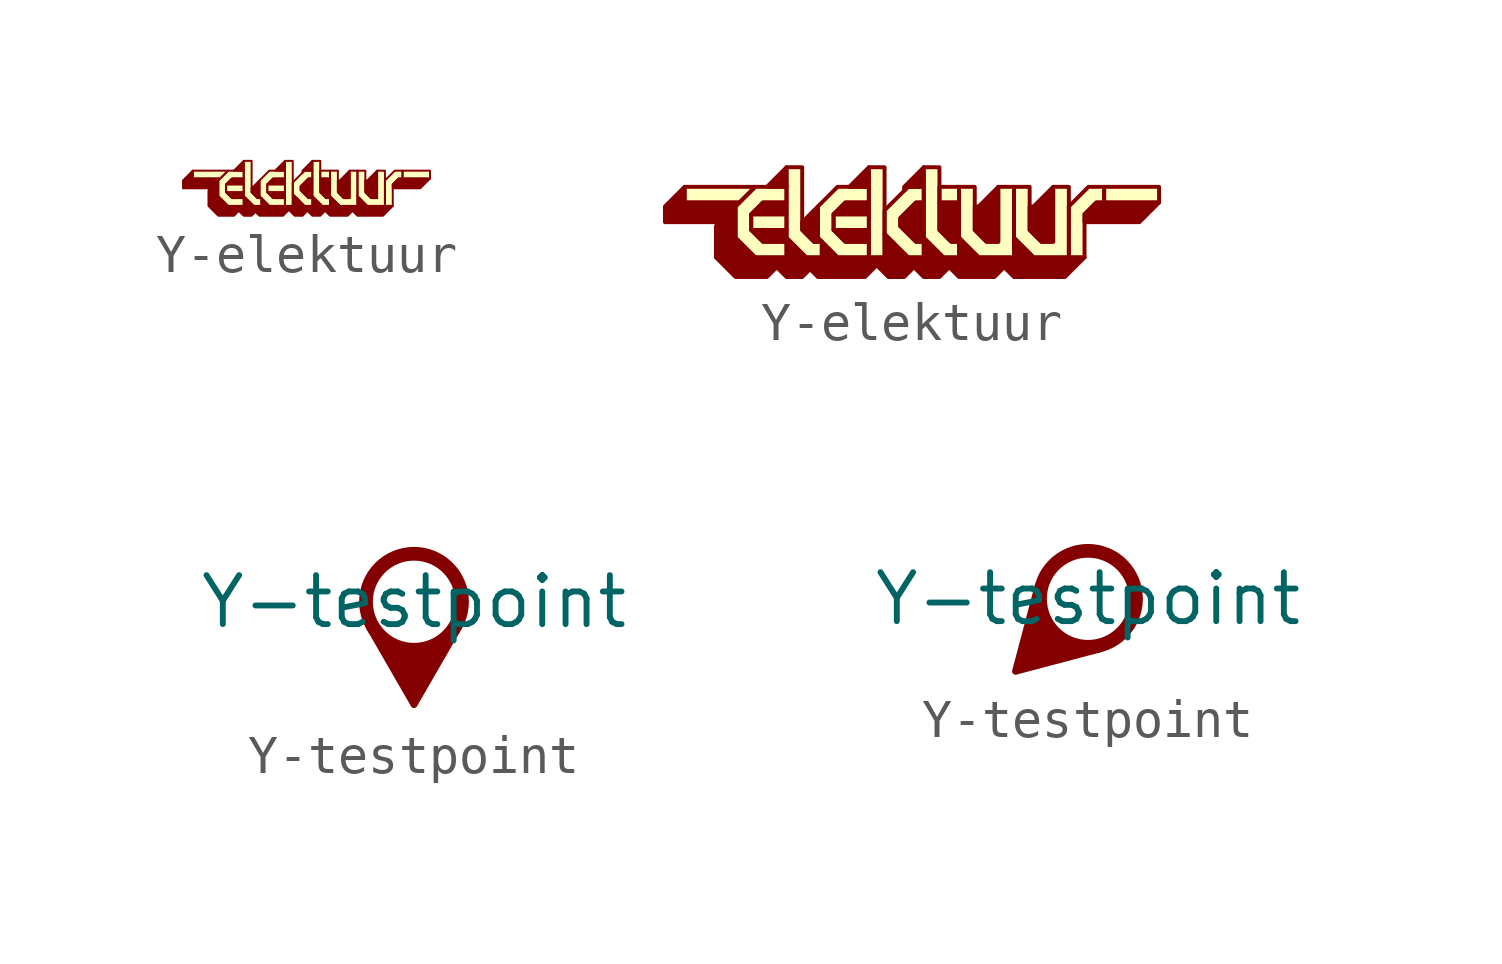
<source format=kicad_sym>
(kicad_symbol_lib
  (version 20220914)
  (generator kicad_symbol_editor)
  (symbol "Y-elektuur"
    (pin_numbers hide)
    (pin_names
      (offset 0) hide)
    (property "Reference" "#SYM"
      (at 0 0 0)
      (effects (font (size 0 0)) hide))
    (symbol "Y-elektuur_1_1"
      (polyline (pts (xy -1.626 0.584) (xy -1.88 0.33) (xy -1.626 0.33) (xy -1.626 0.584)) (stroke (width 0.051) (type default)) (fill (type outline)))
      (polyline (pts (xy -0.559 0.584) (xy -0.813 0.33) (xy -0.559 0.33) (xy -0.559 0.584)) (stroke (width 0.051) (type default)) (fill (type outline)))
      (polyline (pts (xy -2.946 0.127) (xy -2.946 0.33) (xy -2.032 0.33) (xy -2.235 0.127) (xy -2.946 0.127)) (stroke (width 0.051) (type default)) (fill (type background)))
      (polyline (pts (xy -1.626 -0.229) (xy -2.083 -0.229) (xy -2.083 -0.025) (xy -1.626 -0.025) (xy -1.626 -0.229)) (stroke (width 0.051) (type default)) (fill (type background)))
      (polyline (pts (xy -1.626 -0.025) (xy -1.626 0.127) (xy -1.93 0.127) (xy -2.083 -0.025) (xy -1.626 -0.025)) (stroke (width 0.051) (type default)) (fill (type outline)))
      (polyline (pts (xy -0.559 -0.381) (xy -0.559 -0.229) (xy -1.016 -0.229) (xy -0.864 -0.381) (xy -0.559 -0.381)) (stroke (width 0.051) (type default)) (fill (type outline)))
      (polyline (pts (xy -0.559 -0.229) (xy -1.016 -0.229) (xy -1.016 -0.025) (xy -0.559 -0.025) (xy -0.559 -0.229)) (stroke (width 0.051) (type default)) (fill (type background)))
      (polyline (pts (xy -0.559 -0.025) (xy -0.559 0.127) (xy -0.864 0.127) (xy -1.016 -0.025) (xy -0.559 -0.025)) (stroke (width 0.051) (type default)) (fill (type outline)))
      (polyline (pts (xy -0.356 -0.584) (xy -0.559 -0.584) (xy -0.559 0.584) (xy -0.356 0.584) (xy -0.356 -0.584)) (stroke (width 0.051) (type default)) (fill (type background)))
      (polyline (pts (xy 0.61 0.127) (xy 0.356 0.127) (xy 0.356 0.33) (xy 0.61 0.33) (xy 0.61 0.127)) (stroke (width 0.051) (type default)) (fill (type background)))
      (polyline (pts (xy 3.2 0.127) (xy 2.489 0.127) (xy 2.489 0.33) (xy 3.2 0.33) (xy 3.2 0.127)) (stroke (width 0.051) (type default)) (fill (type background)))
      (polyline (pts (xy 0.152 0.584) (xy -0.102 0.33) (xy -0.102 0.279) (xy -0.051 0.33) (xy 0.152 0.33) (xy 0.152 0.584)) (stroke (width 0.051) (type default)) (fill (type outline)))
      (polyline (pts (xy 2.235 -0.127) (xy 2.946 -0.127) (xy 3.2 0.127) (xy 2.388 0.127) (xy 2.235 -0.025) (xy 2.235 -0.127)) (stroke (width 0.051) (type default)) (fill (type outline)))
      (polyline (pts (xy -1.219 0.076) (xy -1.422 -0.127) (xy -1.422 -0.229) (xy -1.27 -0.381) (xy -1.168 -0.381) (xy -1.219 -0.33) (xy -1.219 0.076)) (stroke (width 0.051) (type default)) (fill (type outline)))
      (polyline (pts (xy 1.118 0.33) (xy 0.864 0.076) (xy 0.813 0.076) (xy 0.813 -0.229) (xy 0.965 -0.381) (xy 1.118 -0.381) (xy 1.118 0.33)) (stroke (width 0.051) (type default)) (fill (type outline)))
      (polyline (pts (xy 1.829 0.33) (xy 1.575 0.076) (xy 1.524 0.076) (xy 1.524 -0.229) (xy 1.676 -0.381) (xy 1.829 -0.381) (xy 1.829 0.33)) (stroke (width 0.051) (type default)) (fill (type outline)))
      (polyline (pts (xy -1.168 -0.584) (xy -1.372 -0.584) (xy -1.626 -0.33) (xy -1.626 0.584) (xy -1.422 0.584) (xy -1.422 -0.229) (xy -1.27 -0.381) (xy -1.168 -0.381) (xy -1.168 -0.584)) (stroke (width 0.051) (type default)) (fill (type background)))
      (polyline (pts (xy 0.61 -0.584) (xy 0.406 -0.584) (xy 0.152 -0.33) (xy 0.152 0.584) (xy 0.356 0.584) (xy 0.356 -0.229) (xy 0.508 -0.381) (xy 0.61 -0.381) (xy 0.61 -0.584)) (stroke (width 0.051) (type default)) (fill (type background)))
      (polyline (pts (xy 2.235 -0.584) (xy 2.032 -0.584) (xy 2.032 0.076) (xy 2.286 0.33) (xy 2.489 0.33) (xy 2.489 0.127) (xy 2.388 0.127) (xy 2.235 -0.025) (xy 2.235 -0.584)) (stroke (width 0.051) (type default)) (fill (type background)))
      (polyline (pts (xy 1.321 -0.584) (xy 0.864 -0.584) (xy 0.61 -0.33) (xy 0.61 0.33) (xy 0.813 0.33) (xy 0.813 -0.229) (xy 0.965 -0.381) (xy 1.118 -0.381) (xy 1.118 0.33) (xy 1.321 0.33) (xy 1.321 -0.584)) (stroke (width 0.051) (type default)) (fill (type background)))
      (polyline (pts (xy 2.032 -0.584) (xy 1.575 -0.584) (xy 1.321 -0.33) (xy 1.321 0.33) (xy 1.524 0.33) (xy 1.524 -0.229) (xy 1.676 -0.381) (xy 1.829 -0.381) (xy 1.829 0.33) (xy 2.032 0.33) (xy 2.032 -0.584)) (stroke (width 0.051) (type default)) (fill (type background)))
      (polyline (pts (xy -1.626 -0.584) (xy -2.032 -0.584) (xy -2.286 -0.33) (xy -2.286 0.076) (xy -2.032 0.33) (xy -1.626 0.33) (xy -1.626 0.127) (xy -1.93 0.127) (xy -2.083 -0.025) (xy -2.083 -0.229) (xy -1.93 -0.381) (xy -1.626 -0.381) (xy -1.626 -0.584)) (stroke (width 0.051) (type default)) (fill (type background)))
      (polyline (pts (xy -0.559 -0.584) (xy -0.965 -0.584) (xy -1.219 -0.33) (xy -1.219 0.076) (xy -0.965 0.33) (xy -0.559 0.33) (xy -0.559 0.127) (xy -0.864 0.127) (xy -1.016 -0.025) (xy -1.016 -0.229) (xy -0.864 -0.381) (xy -0.559 -0.381) (xy -0.559 -0.584)) (stroke (width 0.051) (type default)) (fill (type background)))
      (polyline (pts (xy 0.152 -0.584) (xy -0.051 -0.584) (xy -0.356 -0.279) (xy -0.356 0.025) (xy -0.051 0.33) (xy 0.152 0.33) (xy 0.152 0.127) (xy 0.051 0.127) (xy -0.152 -0.076) (xy -0.152 -0.178) (xy 0.051 -0.381) (xy 0.152 -0.381) (xy 0.152 -0.584)) (stroke (width 0.051) (type default)) (fill (type background)))
      (polyline (pts (xy -2.946 0.33) (xy -3.2 0.076) (xy -3.2 -0.127) (xy -2.489 -0.127) (xy -2.54 -0.178) (xy -2.54 -0.584) (xy -2.286 -0.838) (xy -1.88 -0.838) (xy -1.753 -0.711) (xy -1.626 -0.838) (xy -1.422 -0.838) (xy -1.321 -0.737) (xy -1.219 -0.838) (xy -0.61 -0.838) (xy -0.457 -0.686) (xy -0.305 -0.838) (xy -0.102 -0.838) (xy 0.025 -0.711) (xy 0.152 -0.838) (xy 0.356 -0.838) (xy 0.483 -0.711) (xy 0.61 -0.838) (xy 1.067 -0.838) (xy 1.194 -0.711) (xy 1.321 -0.838) (xy 1.981 -0.838) (xy 2.235 -0.584) (xy 1.575 -0.584) (xy 1.321 -0.33) (xy 1.321 -0.584) (xy 0.864 -0.584) (xy 0.61 -0.33) (xy 0.61 0.127) (xy 0.356 0.127) (xy 0.356 -0.229) (xy 0.508 -0.381) (xy 0.61 -0.381) (xy 0.61 -0.584) (xy 0.406 -0.584) (xy 0.152 -0.33) (xy 0.152 0.127) (xy 0.051 0.127) (xy -0.152 -0.076) (xy -0.152 -0.178) (xy 0.051 -0.381) (xy 0.152 -0.381) (xy 0.152 -0.584) (xy -0.051 -0.584) (xy -0.356 -0.279) (xy -0.356 -0.584) (xy -0.965 -0.584) (xy -1.168 -0.381) (xy -1.168 -0.584) (xy -1.372 -0.584) (xy -1.626 -0.33) (xy -1.626 -0.229) (xy -2.083 -0.229) (xy -1.93 -0.381) (xy -1.626 -0.381) (xy -1.626 -0.584) (xy -2.032 -0.584) (xy -2.286 -0.33) (xy -2.286 0.076) (xy -2.235 0.127) (xy -2.946 0.127) (xy -2.946 0.33)) (stroke (width 0.051) (type default)) (fill (type outline))))
    (symbol "Y-elektuur_1_2"
      (polyline (pts (xy -3.251 1.168) (xy -3.759 0.66) (xy -3.251 0.66) (xy -3.251 1.168)) (stroke (width 0.102) (type default)) (fill (type outline)))
      (polyline (pts (xy -1.118 1.168) (xy -1.626 0.66) (xy -1.118 0.66) (xy -1.118 1.168)) (stroke (width 0.102) (type default)) (fill (type outline)))
      (polyline (pts (xy -5.893 0.254) (xy -5.893 0.66) (xy -4.064 0.66) (xy -4.47 0.254) (xy -5.893 0.254)) (stroke (width 0.102) (type default)) (fill (type background)))
      (polyline (pts (xy -3.251 -0.457) (xy -4.166 -0.457) (xy -4.166 -0.051) (xy -3.251 -0.051) (xy -3.251 -0.457)) (stroke (width 0.102) (type default)) (fill (type background)))
      (polyline (pts (xy -3.251 -0.051) (xy -3.251 0.254) (xy -3.861 0.254) (xy -4.166 -0.051) (xy -3.251 -0.051)) (stroke (width 0.102) (type default)) (fill (type outline)))
      (polyline (pts (xy -1.118 -0.762) (xy -1.118 -0.457) (xy -2.032 -0.457) (xy -1.727 -0.762) (xy -1.118 -0.762)) (stroke (width 0.102) (type default)) (fill (type outline)))
      (polyline (pts (xy -1.118 -0.457) (xy -2.032 -0.457) (xy -2.032 -0.051) (xy -1.118 -0.051) (xy -1.118 -0.457)) (stroke (width 0.102) (type default)) (fill (type background)))
      (polyline (pts (xy -1.118 -0.051) (xy -1.118 0.254) (xy -1.727 0.254) (xy -2.032 -0.051) (xy -1.118 -0.051)) (stroke (width 0.102) (type default)) (fill (type outline)))
      (polyline (pts (xy -0.711 -1.168) (xy -1.118 -1.168) (xy -1.118 1.168) (xy -0.711 1.168) (xy -0.711 -1.168)) (stroke (width 0.102) (type default)) (fill (type background)))
      (polyline (pts (xy 1.219 0.254) (xy 0.711 0.254) (xy 0.711 0.66) (xy 1.219 0.66) (xy 1.219 0.254)) (stroke (width 0.102) (type default)) (fill (type background)))
      (polyline (pts (xy 6.401 0.254) (xy 4.978 0.254) (xy 4.978 0.66) (xy 6.401 0.66) (xy 6.401 0.254)) (stroke (width 0.102) (type default)) (fill (type background)))
      (polyline (pts (xy 0.305 1.168) (xy -0.203 0.66) (xy -0.203 0.559) (xy -0.102 0.66) (xy 0.305 0.66) (xy 0.305 1.168)) (stroke (width 0.102) (type default)) (fill (type outline)))
      (polyline (pts (xy 4.47 -0.254) (xy 5.893 -0.254) (xy 6.401 0.254) (xy 4.775 0.254) (xy 4.47 -0.051) (xy 4.47 -0.254)) (stroke (width 0.102) (type default)) (fill (type outline)))
      (polyline (pts (xy -2.438 0.152) (xy -2.845 -0.254) (xy -2.845 -0.457) (xy -2.54 -0.762) (xy -2.337 -0.762) (xy -2.438 -0.66) (xy -2.438 0.152)) (stroke (width 0.102) (type default)) (fill (type outline)))
      (polyline (pts (xy 2.235 0.66) (xy 1.727 0.152) (xy 1.626 0.152) (xy 1.626 -0.457) (xy 1.93 -0.762) (xy 2.235 -0.762) (xy 2.235 0.66)) (stroke (width 0.102) (type default)) (fill (type outline)))
      (polyline (pts (xy 3.658 0.66) (xy 3.15 0.152) (xy 3.048 0.152) (xy 3.048 -0.457) (xy 3.353 -0.762) (xy 3.658 -0.762) (xy 3.658 0.66)) (stroke (width 0.102) (type default)) (fill (type outline)))
      (polyline (pts (xy -2.337 -1.168) (xy -2.743 -1.168) (xy -3.251 -0.66) (xy -3.251 1.168) (xy -2.845 1.168) (xy -2.845 -0.457) (xy -2.54 -0.762) (xy -2.337 -0.762) (xy -2.337 -1.168)) (stroke (width 0.102) (type default)) (fill (type background)))
      (polyline (pts (xy 1.219 -1.168) (xy 0.813 -1.168) (xy 0.305 -0.66) (xy 0.305 1.168) (xy 0.711 1.168) (xy 0.711 -0.457) (xy 1.016 -0.762) (xy 1.219 -0.762) (xy 1.219 -1.168)) (stroke (width 0.102) (type default)) (fill (type background)))
      (polyline (pts (xy 4.47 -1.168) (xy 4.064 -1.168) (xy 4.064 0.152) (xy 4.572 0.66) (xy 4.978 0.66) (xy 4.978 0.254) (xy 4.775 0.254) (xy 4.47 -0.051) (xy 4.47 -1.168)) (stroke (width 0.102) (type default)) (fill (type background)))
      (polyline (pts (xy 2.642 -1.168) (xy 1.727 -1.168) (xy 1.219 -0.66) (xy 1.219 0.66) (xy 1.626 0.66) (xy 1.626 -0.457) (xy 1.93 -0.762) (xy 2.235 -0.762) (xy 2.235 0.66) (xy 2.642 0.66) (xy 2.642 -1.168)) (stroke (width 0.102) (type default)) (fill (type background)))
      (polyline (pts (xy 4.064 -1.168) (xy 3.15 -1.168) (xy 2.642 -0.66) (xy 2.642 0.66) (xy 3.048 0.66) (xy 3.048 -0.457) (xy 3.353 -0.762) (xy 3.658 -0.762) (xy 3.658 0.66) (xy 4.064 0.66) (xy 4.064 -1.168)) (stroke (width 0.102) (type default)) (fill (type background)))
      (polyline (pts (xy -3.251 -1.168) (xy -4.064 -1.168) (xy -4.572 -0.66) (xy -4.572 0.152) (xy -4.064 0.66) (xy -3.251 0.66) (xy -3.251 0.254) (xy -3.861 0.254) (xy -4.166 -0.051) (xy -4.166 -0.457) (xy -3.861 -0.762) (xy -3.251 -0.762) (xy -3.251 -1.168)) (stroke (width 0.102) (type default)) (fill (type background)))
      (polyline (pts (xy -1.118 -1.168) (xy -1.93 -1.168) (xy -2.438 -0.66) (xy -2.438 0.152) (xy -1.93 0.66) (xy -1.118 0.66) (xy -1.118 0.254) (xy -1.727 0.254) (xy -2.032 -0.051) (xy -2.032 -0.457) (xy -1.727 -0.762) (xy -1.118 -0.762) (xy -1.118 -1.168)) (stroke (width 0.102) (type default)) (fill (type background)))
      (polyline (pts (xy 0.305 -1.168) (xy -0.102 -1.168) (xy -0.711 -0.559) (xy -0.711 0.051) (xy -0.102 0.66) (xy 0.305 0.66) (xy 0.305 0.254) (xy 0.102 0.254) (xy -0.305 -0.152) (xy -0.305 -0.356) (xy 0.102 -0.762) (xy 0.305 -0.762) (xy 0.305 -1.168)) (stroke (width 0.102) (type default)) (fill (type background)))
      (polyline (pts (xy -5.893 0.66) (xy -6.401 0.152) (xy -6.401 -0.254) (xy -4.978 -0.254) (xy -5.08 -0.356) (xy -5.08 -1.168) (xy -4.572 -1.676) (xy -3.759 -1.676) (xy -3.505 -1.422) (xy -3.251 -1.676) (xy -2.845 -1.676) (xy -2.642 -1.473) (xy -2.438 -1.676) (xy -1.219 -1.676) (xy -0.914 -1.372) (xy -0.61 -1.676) (xy -0.203 -1.676) (xy 0.051 -1.422) (xy 0.305 -1.676) (xy 0.711 -1.676) (xy 0.965 -1.422) (xy 1.219 -1.676) (xy 2.134 -1.676) (xy 2.388 -1.422) (xy 2.642 -1.676) (xy 3.962 -1.676) (xy 4.47 -1.168) (xy 3.15 -1.168) (xy 2.642 -0.66) (xy 2.642 -1.168) (xy 1.727 -1.168) (xy 1.219 -0.66) (xy 1.219 0.254) (xy 0.711 0.254) (xy 0.711 -0.457) (xy 1.016 -0.762) (xy 1.219 -0.762) (xy 1.219 -1.168) (xy 0.813 -1.168) (xy 0.305 -0.66) (xy 0.305 0.254) (xy 0.102 0.254) (xy -0.305 -0.152) (xy -0.305 -0.356) (xy 0.102 -0.762) (xy 0.305 -0.762) (xy 0.305 -1.168) (xy -0.102 -1.168) (xy -0.711 -0.559) (xy -0.711 -1.168) (xy -1.93 -1.168) (xy -2.337 -0.762) (xy -2.337 -1.168) (xy -2.743 -1.168) (xy -3.251 -0.66) (xy -3.251 -0.457) (xy -4.166 -0.457) (xy -3.861 -0.762) (xy -3.251 -0.762) (xy -3.251 -1.168) (xy -4.064 -1.168) (xy -4.572 -0.66) (xy -4.572 0.152) (xy -4.47 0.254) (xy -5.893 0.254) (xy -5.893 0.66)) (stroke (width 0.102) (type default)) (fill (type outline)))))
  (symbol "Y-testpoint"
    (pin_numbers hide)
    (pin_names
      (offset 0) hide)
    (property "Reference" "#SYM"
      (at 0 0 0)
      (effects (font (size 0 0)) hide))
    (property "Value" "Y-testpoint"
      (at 0 0 0)
      (effects (font (size 1.27 1.27))))
    (symbol "Y-testpoint_1_0"
      (circle (center 0 0) (radius 1.245) (stroke (width 0.356) (type default)) (fill (type none))))
    (symbol "Y-testpoint_1_1"
      (polyline (pts (xy 0 -1.422) (xy -1.143 -0.686) (xy 0 -2.667) (xy 1.143 -0.686) (xy 0 -1.422)) (stroke (width 0.178) (type default)) (fill (type outline))))
    (symbol "Y-testpoint_1_2"
      (polyline (pts (xy -1.016 -1.016) (xy -1.295 0.33) (xy -1.88 -1.88) (xy 0.33 -1.295) (xy -1.016 -1.016)) (stroke (width 0.178) (type default)) (fill (type outline))))))
</source>
